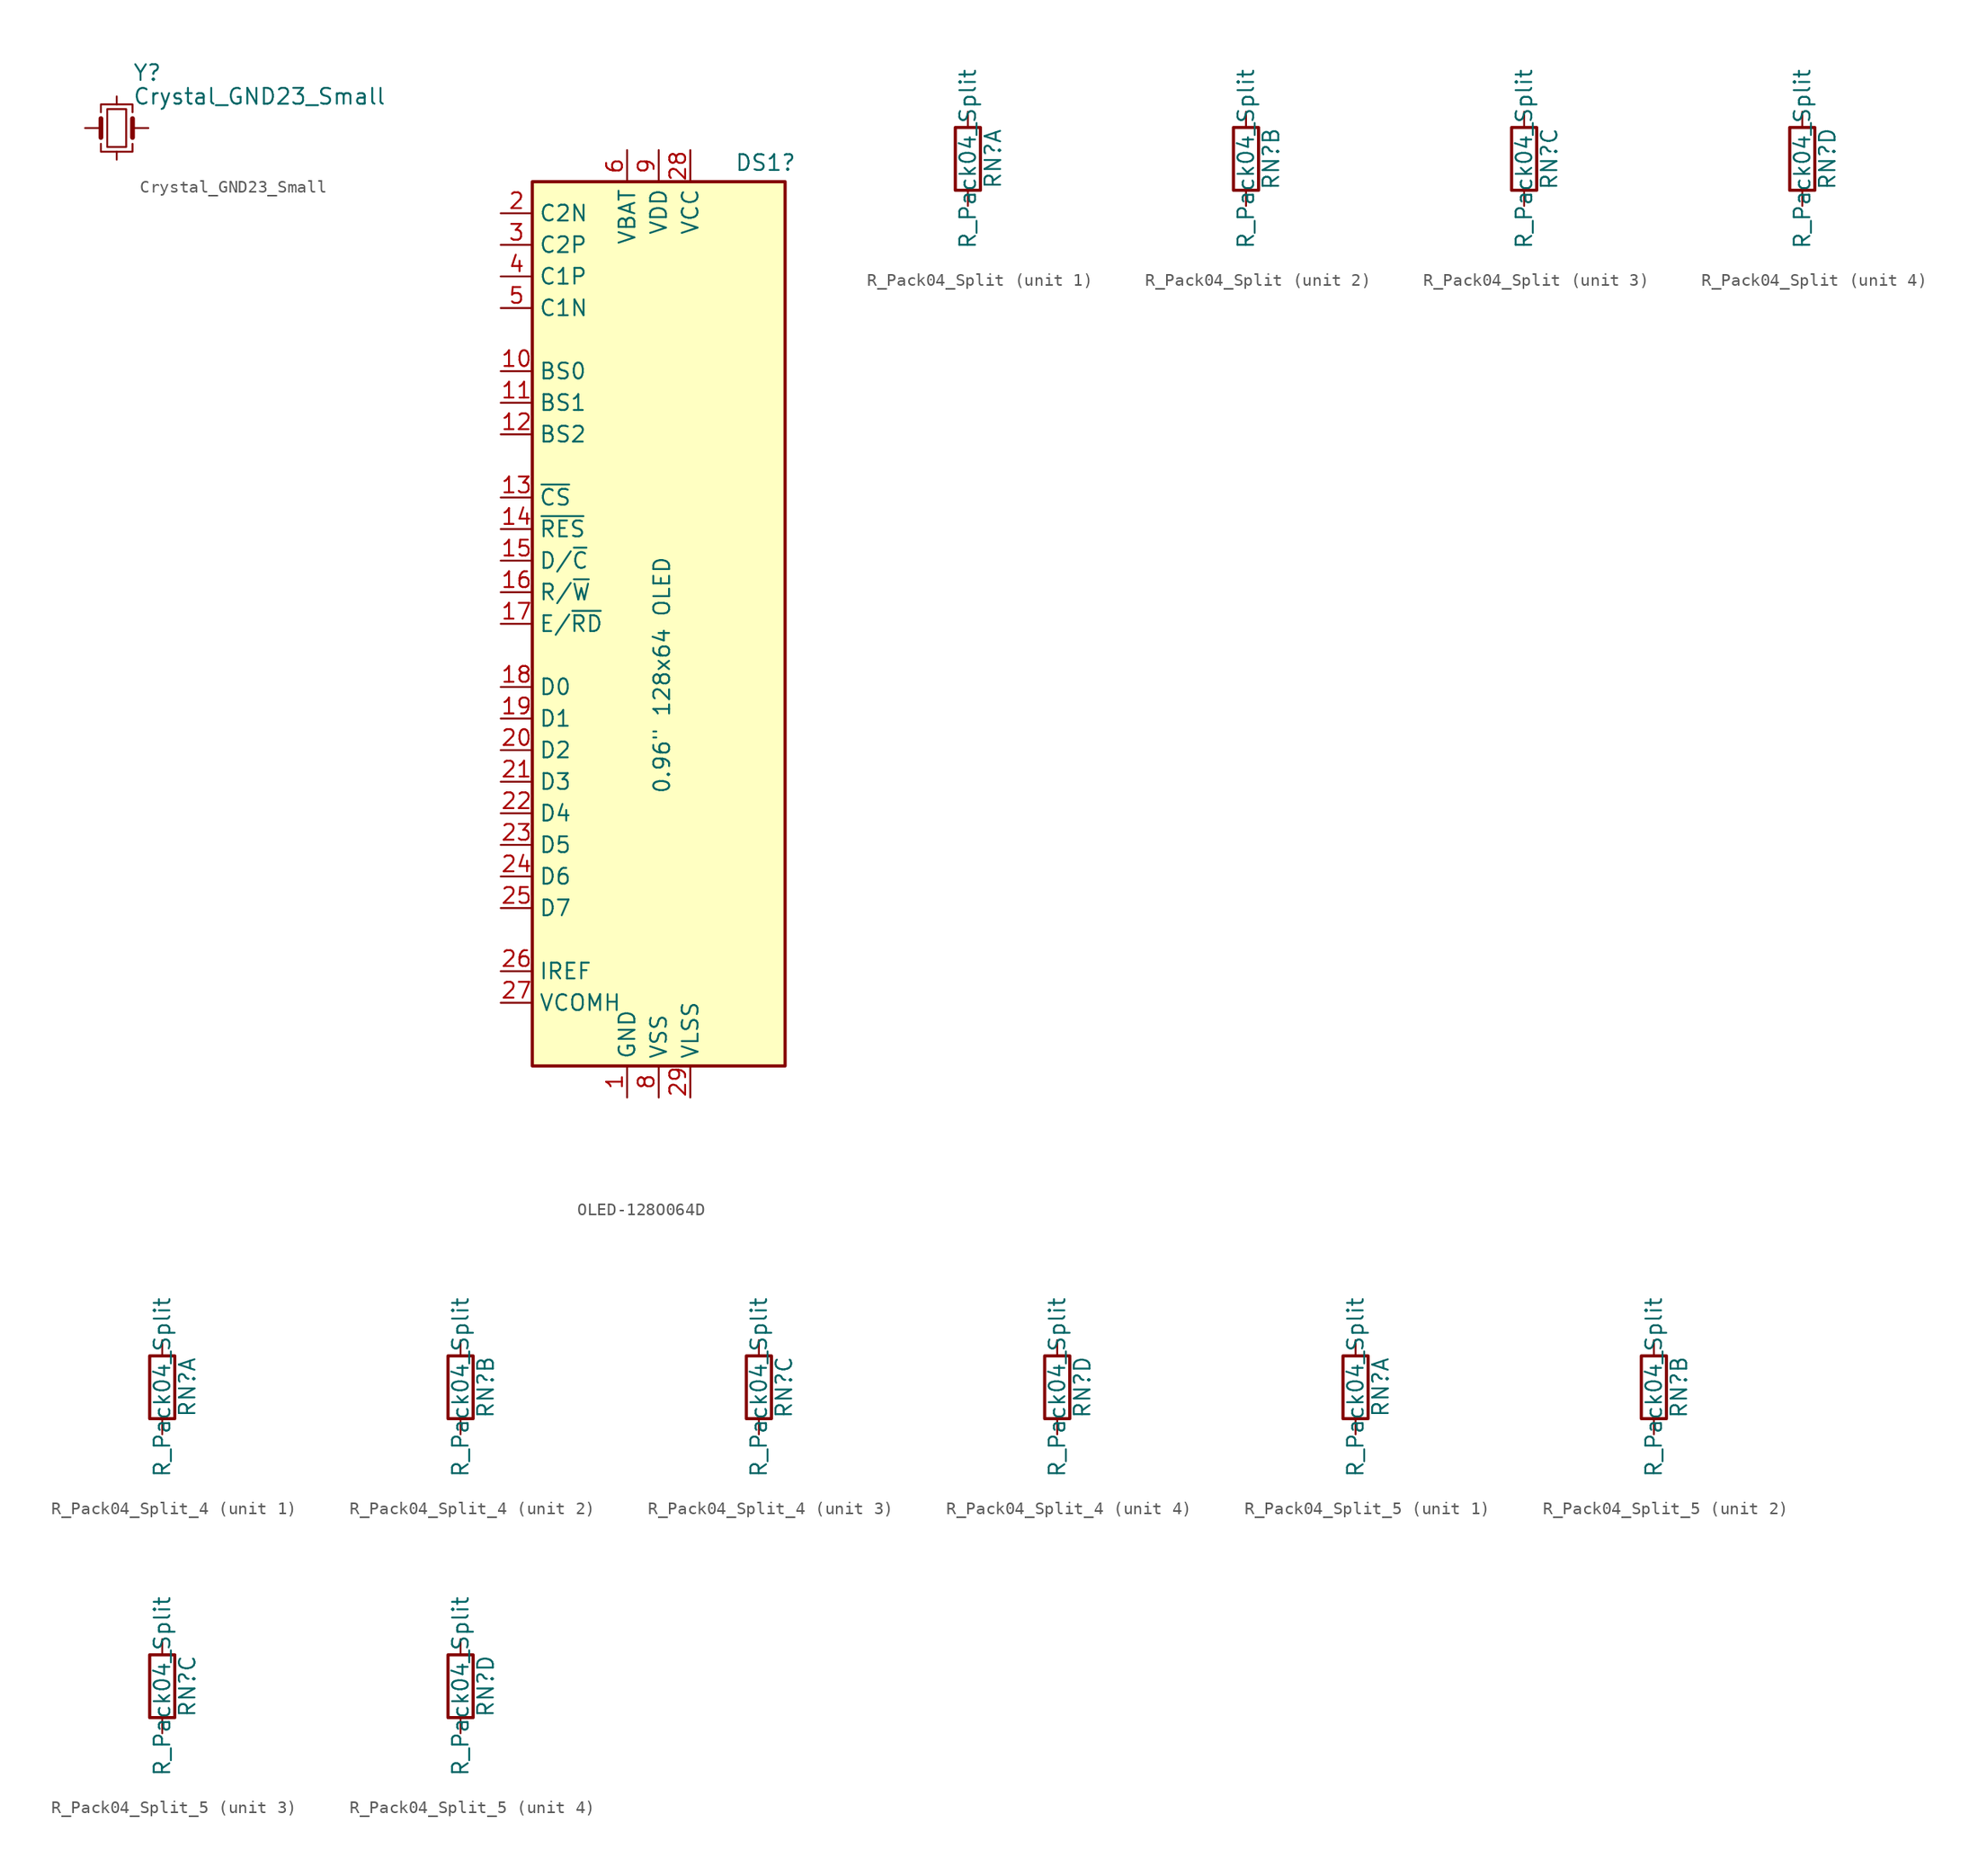
<source format=kicad_sym>
(kicad_symbol_lib
  (version 20241209)
  (generator "kicad_symbol_editor")
  (generator_version "9.0")
  (symbol "Crystal_GND23_Small"
    (pin_numbers
      (hide yes))
    (pin_names
      (offset 1.016)
      (hide yes))
    (property "Reference" "Y"
      (at 1.27 4.445 0)
      (effects (font (size 1.27 1.27)) (justify left)))
    (property "Value" "Crystal_GND23_Small"
      (at 1.27 2.54 0)
      (effects (font (size 1.27 1.27)) (justify left)))
    (symbol "Crystal_GND23_Small_0_1"
      (polyline (pts (xy -1.27 1.27) (xy -1.27 1.905) (xy 1.27 1.905) (xy 1.27 1.27)) (stroke (width 0) (type default)) (fill (type none)))
      (polyline (pts (xy -1.27 -0.762) (xy -1.27 0.762)) (stroke (width 0.381) (type default)) (fill (type none)))
      (polyline (pts (xy -1.27 -1.27) (xy -1.27 -1.905) (xy 1.27 -1.905) (xy 1.27 -1.27)) (stroke (width 0) (type default)) (fill (type none)))
      (rectangle (start -0.762 -1.524) (end 0.762 1.524) (stroke (width 0) (type default)) (fill (type none)))
      (polyline (pts (xy 1.27 -0.762) (xy 1.27 0.762)) (stroke (width 0.381) (type default)) (fill (type none))))
    (symbol "Crystal_GND23_Small_1_1"
      (pin passive line (at -2.54 0 0) (length 1.27) (name "1" (effects (font (size 1.27 1.27)))) (number "1" (effects (font (size 0.762 0.762)))))
      (pin passive line (at 0 2.54 270) (length 0.635) (name "2" (effects (font (size 1.27 1.27)))) (number "2" (effects (font (size 0.762 0.762)))))
      (pin passive line (at 0 -2.54 90) (length 0.635) (name "4" (effects (font (size 1.27 1.27)))) (number "4" (effects (font (size 0.762 0.762)))))
      (pin passive line (at 2.54 0 180) (length 1.27) (name "3" (effects (font (size 1.27 1.27)))) (number "3" (effects (font (size 0.762 0.762)))))))
  (symbol "OLED-128O064D"
    (property "Reference" "DS1"
      (at 6.096 37.084 0)
      (effects (font (size 1.27 1.27)) (justify left)))
    (property "Value" "0.96\" 128x64 OLED"
      (at 0.254 -13.716 90)
      (do_not_autoplace)
      (effects (font (size 1.27 1.27)) (justify left)))
    (symbol "OLED-128O064D_0_1"
      (rectangle (start -10.16 35.56) (end 10.16 -35.56) (stroke (width 0.254) (type default)) (fill (type background))))
    (symbol "OLED-128O064D_1_1"
      (pin passive line (at -12.7 33.02 0) (length 2.54) (name "C2N" (effects (font (size 1.27 1.27)))) (number "2" (effects (font (size 1.27 1.27)))))
      (pin passive line (at -12.7 30.48 0) (length 2.54) (name "C2P" (effects (font (size 1.27 1.27)))) (number "3" (effects (font (size 1.27 1.27)))))
      (pin passive line (at -12.7 27.94 0) (length 2.54) (name "C1P" (effects (font (size 1.27 1.27)))) (number "4" (effects (font (size 1.27 1.27)))))
      (pin passive line (at -12.7 25.4 0) (length 2.54) (name "C1N" (effects (font (size 1.27 1.27)))) (number "5" (effects (font (size 1.27 1.27)))))
      (pin input line (at -12.7 20.32 0) (length 2.54) (name "BS0" (effects (font (size 1.27 1.27)))) (number "10" (effects (font (size 1.27 1.27)))))
      (pin input line (at -12.7 17.78 0) (length 2.54) (name "BS1" (effects (font (size 1.27 1.27)))) (number "11" (effects (font (size 1.27 1.27)))))
      (pin input line (at -12.7 15.24 0) (length 2.54) (name "BS2" (effects (font (size 1.27 1.27)))) (number "12" (effects (font (size 1.27 1.27)))))
      (pin input line (at -12.7 10.16 0) (length 2.54) (name "~{CS}" (effects (font (size 1.27 1.27)))) (number "13" (effects (font (size 1.27 1.27)))))
      (pin input line (at -12.7 7.62 0) (length 2.54) (name "~{RES}" (effects (font (size 1.27 1.27)))) (number "14" (effects (font (size 1.27 1.27)))))
      (pin input line (at -12.7 5.08 0) (length 2.54) (name "D/~{C}" (effects (font (size 1.27 1.27)))) (number "15" (effects (font (size 1.27 1.27)))))
      (pin input line (at -12.7 2.54 0) (length 2.54) (name "R/~{W}" (effects (font (size 1.27 1.27)))) (number "16" (effects (font (size 1.27 1.27)))))
      (pin input line (at -12.7 0 0) (length 2.54) (name "E/~{RD}" (effects (font (size 1.27 1.27)))) (number "17" (effects (font (size 1.27 1.27)))))
      (pin bidirectional line (at -12.7 -5.08 0) (length 2.54) (name "D0" (effects (font (size 1.27 1.27)))) (number "18" (effects (font (size 1.27 1.27)))) (alternate "SCL" input clock))
      (pin passive line (at -12.7 -7.62 0) (length 2.54) (name "D1" (effects (font (size 1.27 1.27)))) (number "19" (effects (font (size 1.27 1.27)))) (alternate "SDA" passive line))
      (pin passive line (at -12.7 -10.16 0) (length 2.54) (name "D2" (effects (font (size 1.27 1.27)))) (number "20" (effects (font (size 1.27 1.27)))) (alternate "SDA" passive line))
      (pin passive line (at -12.7 -12.7 0) (length 2.54) (name "D3" (effects (font (size 1.27 1.27)))) (number "21" (effects (font (size 1.27 1.27)))))
      (pin passive line (at -12.7 -15.24 0) (length 2.54) (name "D4" (effects (font (size 1.27 1.27)))) (number "22" (effects (font (size 1.27 1.27)))))
      (pin passive line (at -12.7 -17.78 0) (length 2.54) (name "D5" (effects (font (size 1.27 1.27)))) (number "23" (effects (font (size 1.27 1.27)))))
      (pin passive line (at -12.7 -20.32 0) (length 2.54) (name "D6" (effects (font (size 1.27 1.27)))) (number "24" (effects (font (size 1.27 1.27)))))
      (pin passive line (at -12.7 -22.86 0) (length 2.54) (name "D7" (effects (font (size 1.27 1.27)))) (number "25" (effects (font (size 1.27 1.27)))))
      (pin passive line (at -12.7 -27.94 0) (length 2.54) (name "IREF" (effects (font (size 1.27 1.27)))) (number "26" (effects (font (size 1.27 1.27)))))
      (pin passive line (at -12.7 -30.48 0) (length 2.54) (name "VCOMH" (effects (font (size 1.27 1.27)))) (number "27" (effects (font (size 1.27 1.27)))))
      (pin power_in line (at -2.54 38.1 270) (length 2.54) (name "VBAT" (effects (font (size 1.27 1.27)))) (number "6" (effects (font (size 1.27 1.27)))))
      (pin power_in line (at -2.54 -38.1 90) (length 2.54) (name "GND" (effects (font (size 1.27 1.27)))) (number "1" (effects (font (size 1.27 1.27)))))
      (pin passive line (at -2.54 -38.1 90) (length 2.54) (hide yes) (name "GND" (effects (font (size 1.27 1.27)))) (number "30" (effects (font (size 1.27 1.27)))))
      (pin power_in line (at 0 38.1 270) (length 2.54) (name "VDD" (effects (font (size 1.27 1.27)))) (number "9" (effects (font (size 1.27 1.27)))))
      (pin power_in line (at 0 -38.1 90) (length 2.54) (name "VSS" (effects (font (size 1.27 1.27)))) (number "8" (effects (font (size 1.27 1.27)))))
      (pin power_in line (at 2.54 38.1 270) (length 2.54) (name "VCC" (effects (font (size 1.27 1.27)))) (number "28" (effects (font (size 1.27 1.27)))))
      (pin power_in line (at 2.54 -38.1 90) (length 2.54) (name "VLSS" (effects (font (size 1.27 1.27)))) (number "29" (effects (font (size 1.27 1.27)))))
      (pin no_connect line (at 10.16 0 180) (length 2.54) (hide yes) (name "NC" (effects (font (size 1.27 1.27)))) (number "7" (effects (font (size 1.27 1.27)))))))
  (symbol "R_Pack04_Split"
    (pin_numbers
      (hide yes))
    (pin_names
      (offset 0)
      (hide yes))
    (property "Reference" "RN"
      (at 2.032 0 90)
      (effects (font (size 1.27 1.27))))
    (property "Value" "R_Pack04_Split"
      (at 0 0 90)
      (effects (font (size 1.27 1.27))))
    (symbol "R_Pack04_Split_0_1"
      (rectangle (start 1.016 2.54) (end -1.016 -2.54) (stroke (width 0.254) (type default)) (fill (type none))))
    (symbol "R_Pack04_Split_1_1"
      (pin passive line (at 0 3.81 270) (length 1.27) (name "R1.2" (effects (font (size 1.27 1.27)))) (number "8" (effects (font (size 1.27 1.27)))))
      (pin passive line (at 0 -3.81 90) (length 1.27) (name "R1.1" (effects (font (size 1.27 1.27)))) (number "1" (effects (font (size 1.27 1.27))))))
    (symbol "R_Pack04_Split_2_1"
      (pin passive line (at 0 3.81 270) (length 1.27) (name "R2.2" (effects (font (size 1.27 1.27)))) (number "7" (effects (font (size 1.27 1.27)))))
      (pin passive line (at 0 -3.81 90) (length 1.27) (name "R2.1" (effects (font (size 1.27 1.27)))) (number "2" (effects (font (size 1.27 1.27))))))
    (symbol "R_Pack04_Split_3_1"
      (pin passive line (at 0 3.81 270) (length 1.27) (name "R3.2" (effects (font (size 1.27 1.27)))) (number "6" (effects (font (size 1.27 1.27)))))
      (pin passive line (at 0 -3.81 90) (length 1.27) (name "R3.1" (effects (font (size 1.27 1.27)))) (number "3" (effects (font (size 1.27 1.27))))))
    (symbol "R_Pack04_Split_4_1"
      (pin passive line (at 0 3.81 270) (length 1.27) (name "R4.2" (effects (font (size 1.27 1.27)))) (number "5" (effects (font (size 1.27 1.27)))))
      (pin passive line (at 0 -3.81 90) (length 1.27) (name "R4.1" (effects (font (size 1.27 1.27)))) (number "4" (effects (font (size 1.27 1.27)))))))
  (symbol "R_Pack04_Split_4"
    (pin_numbers
      (hide yes))
    (pin_names
      (offset 0)
      (hide yes))
    (property "Reference" "RN"
      (at 2.032 0 90)
      (effects (font (size 1.27 1.27))))
    (property "Value" "R_Pack04_Split"
      (at 0 0 90)
      (effects (font (size 1.27 1.27))))
    (symbol "R_Pack04_Split_4_0_1"
      (rectangle (start 1.016 2.54) (end -1.016 -2.54) (stroke (width 0.254) (type default)) (fill (type none))))
    (symbol "R_Pack04_Split_4_1_1"
      (pin passive line (at 0 3.81 270) (length 1.27) (name "R1.2" (effects (font (size 1.27 1.27)))) (number "8" (effects (font (size 1.27 1.27)))))
      (pin passive line (at 0 -3.81 90) (length 1.27) (name "R1.1" (effects (font (size 1.27 1.27)))) (number "1" (effects (font (size 1.27 1.27))))))
    (symbol "R_Pack04_Split_4_2_1"
      (pin passive line (at 0 3.81 270) (length 1.27) (name "R2.2" (effects (font (size 1.27 1.27)))) (number "7" (effects (font (size 1.27 1.27)))))
      (pin passive line (at 0 -3.81 90) (length 1.27) (name "R2.1" (effects (font (size 1.27 1.27)))) (number "2" (effects (font (size 1.27 1.27))))))
    (symbol "R_Pack04_Split_4_3_1"
      (pin passive line (at 0 3.81 270) (length 1.27) (name "R3.2" (effects (font (size 1.27 1.27)))) (number "6" (effects (font (size 1.27 1.27)))))
      (pin passive line (at 0 -3.81 90) (length 1.27) (name "R3.1" (effects (font (size 1.27 1.27)))) (number "3" (effects (font (size 1.27 1.27))))))
    (symbol "R_Pack04_Split_4_4_1"
      (pin passive line (at 0 3.81 270) (length 1.27) (name "R4.2" (effects (font (size 1.27 1.27)))) (number "5" (effects (font (size 1.27 1.27)))))
      (pin passive line (at 0 -3.81 90) (length 1.27) (name "R4.1" (effects (font (size 1.27 1.27)))) (number "4" (effects (font (size 1.27 1.27)))))))
  (symbol "R_Pack04_Split_5"
    (pin_numbers
      (hide yes))
    (pin_names
      (offset 0)
      (hide yes))
    (property "Reference" "RN"
      (at 2.032 0 90)
      (effects (font (size 1.27 1.27))))
    (property "Value" "R_Pack04_Split"
      (at 0 0 90)
      (effects (font (size 1.27 1.27))))
    (symbol "R_Pack04_Split_5_0_1"
      (rectangle (start 1.016 2.54) (end -1.016 -2.54) (stroke (width 0.254) (type default)) (fill (type none))))
    (symbol "R_Pack04_Split_5_1_1"
      (pin passive line (at 0 3.81 270) (length 1.27) (name "R1.2" (effects (font (size 1.27 1.27)))) (number "8" (effects (font (size 1.27 1.27)))))
      (pin passive line (at 0 -3.81 90) (length 1.27) (name "R1.1" (effects (font (size 1.27 1.27)))) (number "1" (effects (font (size 1.27 1.27))))))
    (symbol "R_Pack04_Split_5_2_1"
      (pin passive line (at 0 3.81 270) (length 1.27) (name "R2.2" (effects (font (size 1.27 1.27)))) (number "7" (effects (font (size 1.27 1.27)))))
      (pin passive line (at 0 -3.81 90) (length 1.27) (name "R2.1" (effects (font (size 1.27 1.27)))) (number "2" (effects (font (size 1.27 1.27))))))
    (symbol "R_Pack04_Split_5_3_1"
      (pin passive line (at 0 3.81 270) (length 1.27) (name "R3.2" (effects (font (size 1.27 1.27)))) (number "6" (effects (font (size 1.27 1.27)))))
      (pin passive line (at 0 -3.81 90) (length 1.27) (name "R3.1" (effects (font (size 1.27 1.27)))) (number "3" (effects (font (size 1.27 1.27))))))
    (symbol "R_Pack04_Split_5_4_1"
      (pin passive line (at 0 3.81 270) (length 1.27) (name "R4.2" (effects (font (size 1.27 1.27)))) (number "5" (effects (font (size 1.27 1.27)))))
      (pin passive line (at 0 -3.81 90) (length 1.27) (name "R4.1" (effects (font (size 1.27 1.27)))) (number "4" (effects (font (size 1.27 1.27))))))))
</source>
